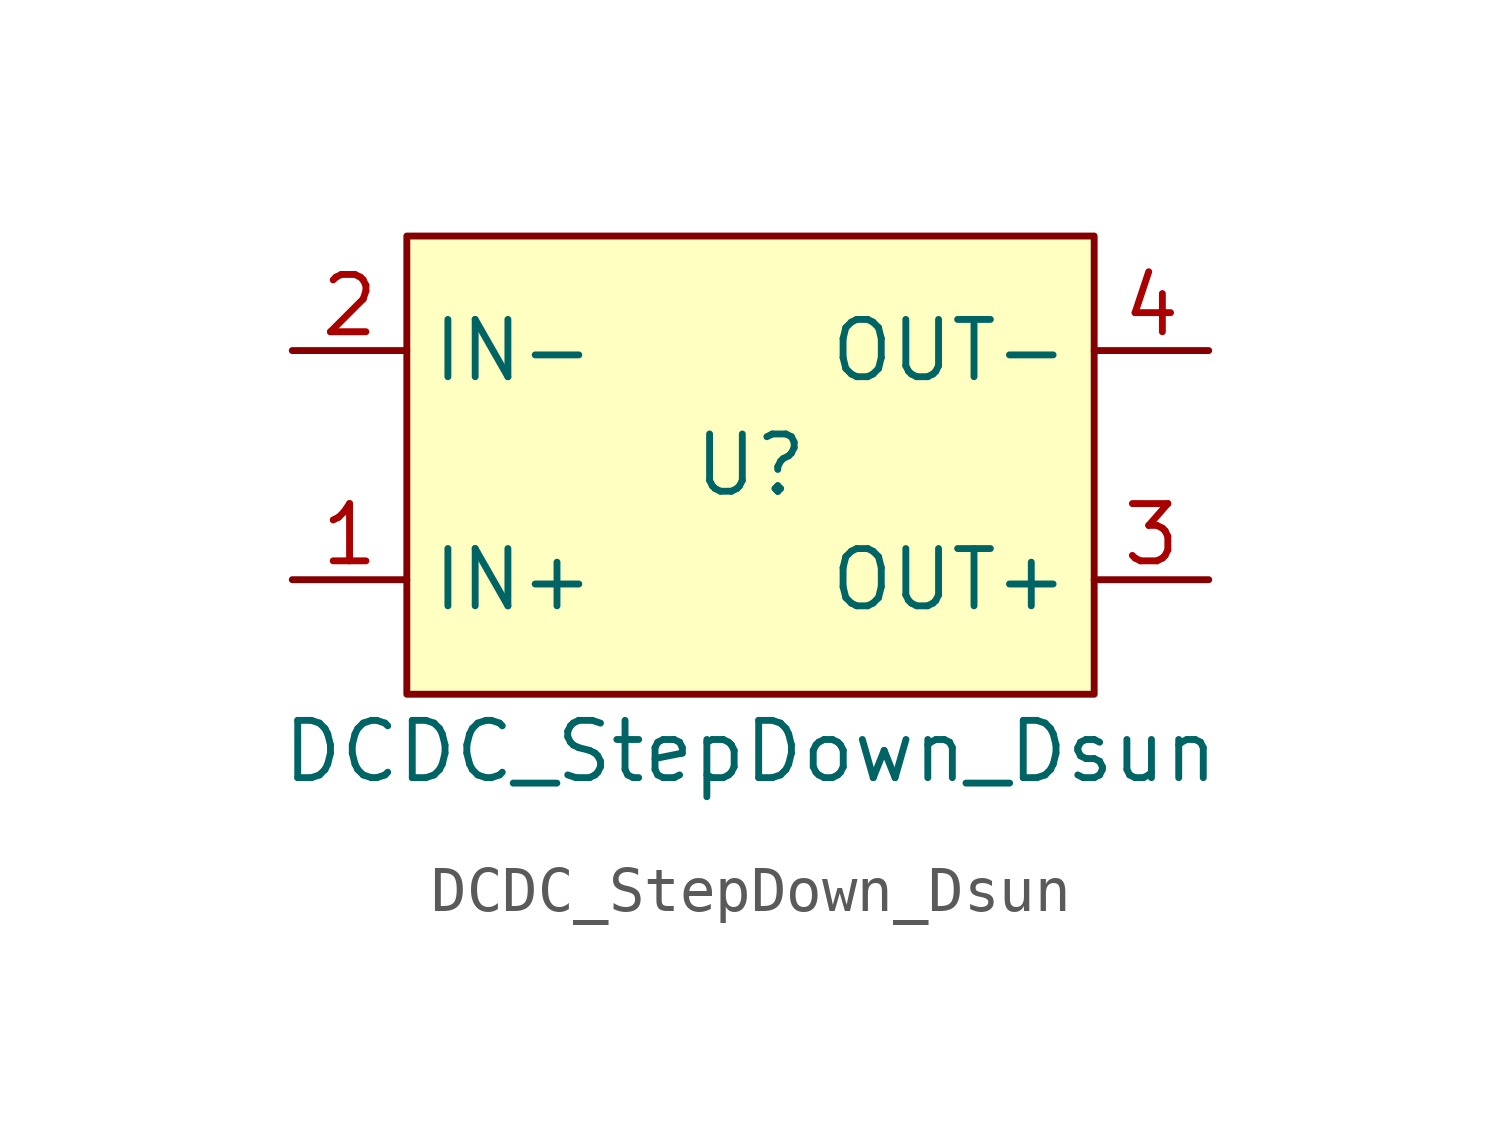
<source format=kicad_sym>
(kicad_symbol_lib
  (version 20220914)
  (generator kicad_symbol_editor)
  (symbol "DCDC_StepDown_Dsun"
    (property "Reference" "U"
      (at 10.16 -5.08 0)
      (effects (font (size 1.27 1.27))))
    (property "Value" "DCDC_StepDown_Dsun"
      (at 10.16 -11.43 0)
      (effects (font (size 1.27 1.27))))
    (symbol "DCDC_StepDown_Dsun_1_1"
      (rectangle (start 2.54 0) (end 17.78 -10.16) (stroke (width 0) (type default)) (fill (type background)))
      (pin input line (at 0 -7.62 0) (length 2.54) (name "IN+" (effects (font (size 1.27 1.27)))) (number "1" (effects (font (size 1.27 1.27)))))
      (pin input line (at 0 -2.54 0) (length 2.54) (name "IN-" (effects (font (size 1.27 1.27)))) (number "2" (effects (font (size 1.27 1.27)))))
      (pin output line (at 20.32 -7.62 180) (length 2.54) (name "OUT+" (effects (font (size 1.27 1.27)))) (number "3" (effects (font (size 1.27 1.27)))))
      (pin output line (at 20.32 -2.54 180) (length 2.54) (name "OUT-" (effects (font (size 1.27 1.27)))) (number "4" (effects (font (size 1.27 1.27))))))))
</source>
